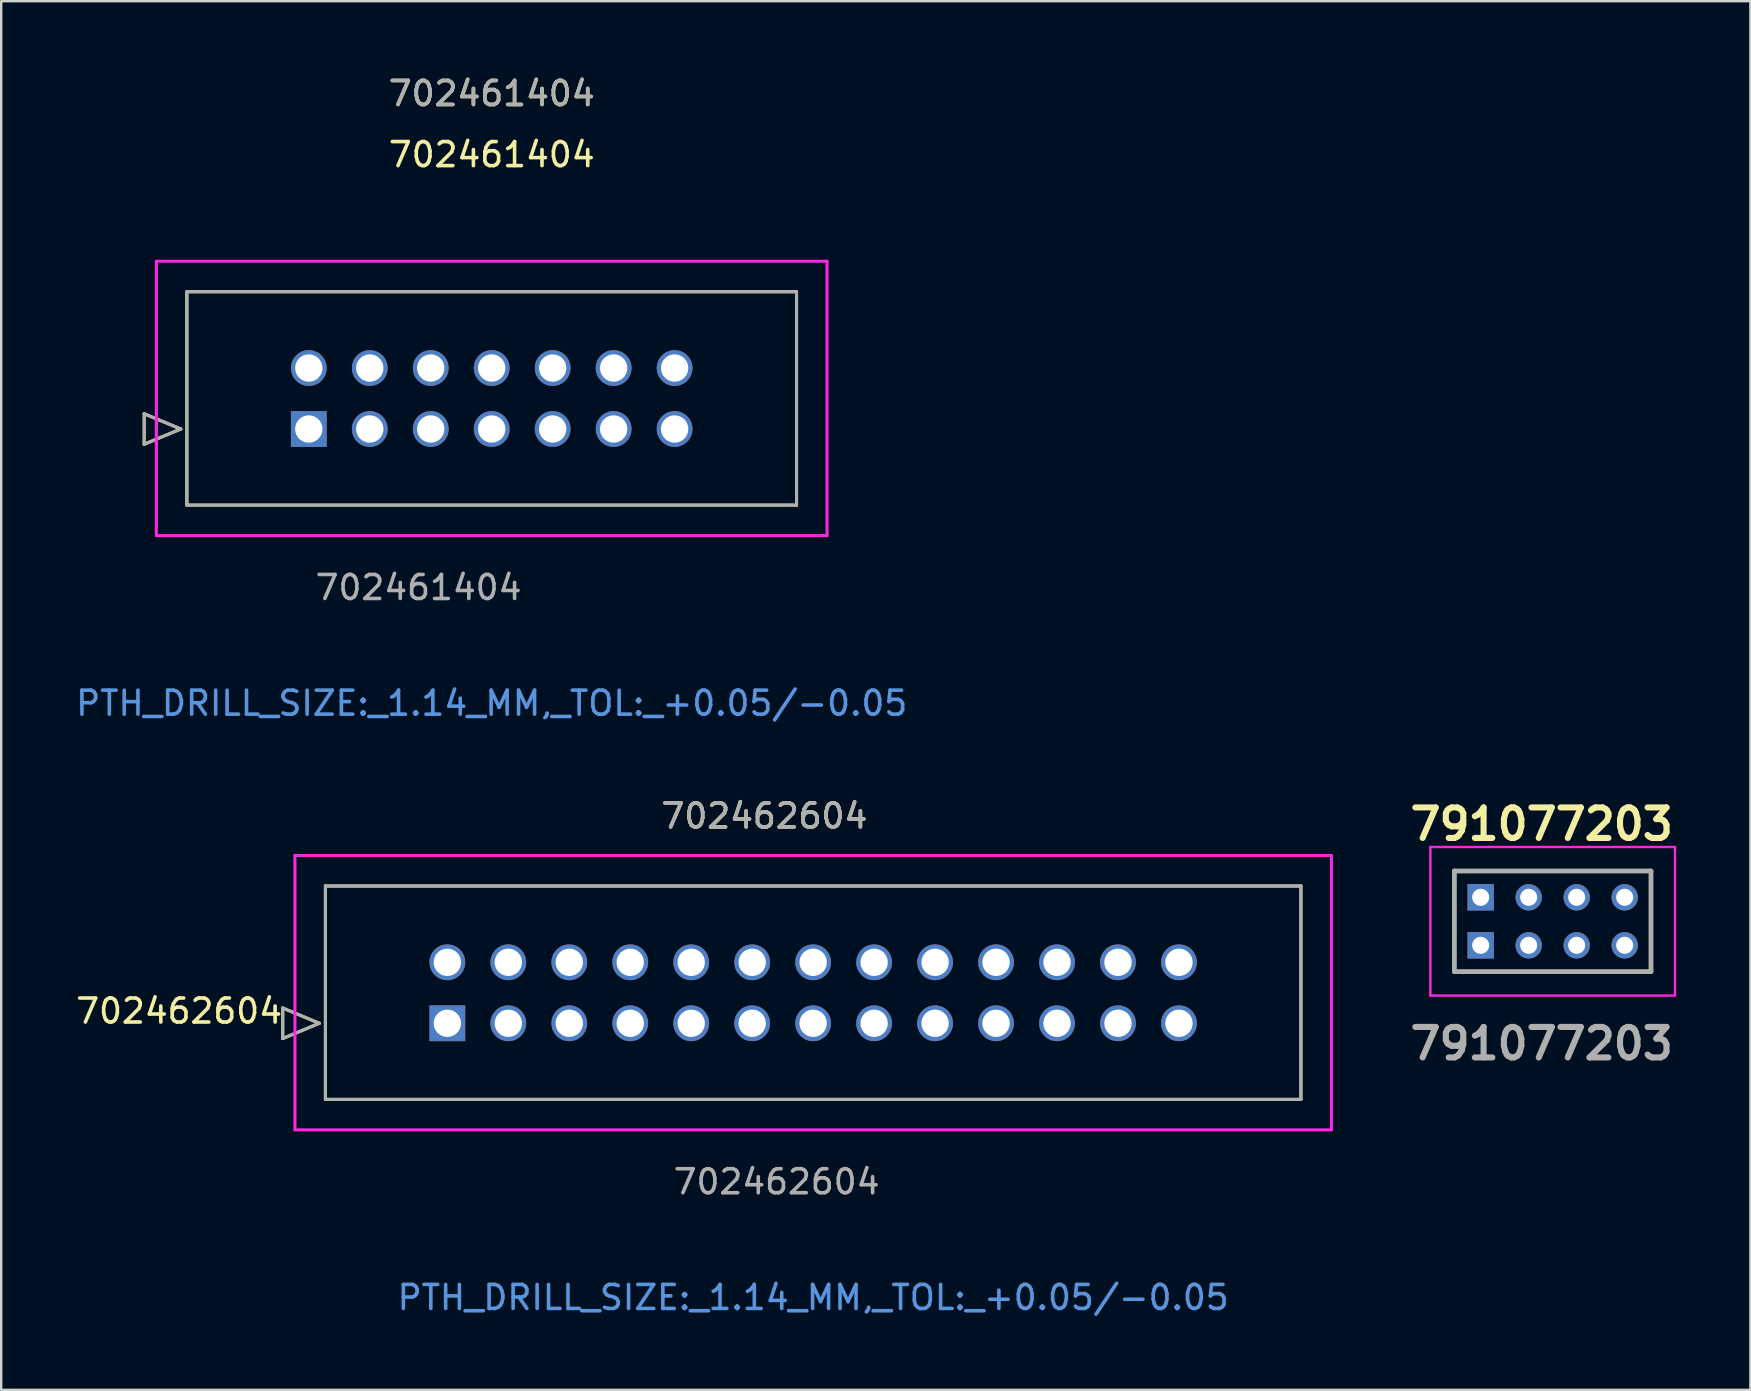
<source format=kicad_pcb>
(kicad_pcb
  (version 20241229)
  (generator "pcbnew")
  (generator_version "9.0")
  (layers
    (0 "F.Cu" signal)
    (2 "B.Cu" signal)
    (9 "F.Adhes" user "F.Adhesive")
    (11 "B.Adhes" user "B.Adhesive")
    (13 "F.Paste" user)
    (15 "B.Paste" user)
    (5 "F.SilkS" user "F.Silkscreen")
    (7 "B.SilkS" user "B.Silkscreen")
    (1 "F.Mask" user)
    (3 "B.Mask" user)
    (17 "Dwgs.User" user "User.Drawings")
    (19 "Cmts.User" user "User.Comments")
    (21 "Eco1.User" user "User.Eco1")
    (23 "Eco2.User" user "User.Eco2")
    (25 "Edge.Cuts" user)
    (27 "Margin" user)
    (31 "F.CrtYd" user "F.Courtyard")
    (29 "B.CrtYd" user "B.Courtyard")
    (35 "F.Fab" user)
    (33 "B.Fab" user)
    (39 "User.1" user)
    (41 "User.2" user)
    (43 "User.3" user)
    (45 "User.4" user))
  (footprint "702462604"
    (layer "F.Cu")
    (at 15.587 39.581)
    (property "Reference" "702462604" (at -11.176 -0.508 0) (unlocked yes) (layer "F.SilkS") (effects (font (size 1 1) (thickness 0.15))))
    (attr through_hole)
    (fp_line (start -6.858 -0.635) (end -6.858 0.635) (stroke (width 0.127) (type solid)) (layer "F.SilkS"))
    (fp_line (start -6.858 0.635) (end -5.334 0) (stroke (width 0.127) (type solid)) (layer "F.SilkS"))
    (fp_line (start -5.334 0) (end -6.858 -0.635) (stroke (width 0.127) (type solid)) (layer "F.SilkS"))
    (fp_line (start -5.08 -5.72) (end -5.08 3.17) (stroke (width 0.127) (type solid)) (layer "F.SilkS"))
    (fp_line (start -5.08 3.17) (end 35.56 3.17) (stroke (width 0.127) (type solid)) (layer "F.SilkS"))
    (fp_line (start 35.56 -5.72) (end -5.08 -5.72) (stroke (width 0.127) (type solid)) (layer "F.SilkS"))
    (fp_line (start 35.56 3.17) (end 35.56 -5.72) (stroke (width 0.127) (type solid)) (layer "F.SilkS"))
    (fp_line (start -6.35 -6.99) (end -6.35 4.44) (stroke (width 0.127) (type solid)) (layer "F.CrtYd"))
    (fp_line (start -6.35 4.44) (end 36.83 4.44) (stroke (width 0.127) (type solid)) (layer "F.CrtYd"))
    (fp_line (start 36.83 -6.99) (end -6.35 -6.99) (stroke (width 0.127) (type solid)) (layer "F.CrtYd"))
    (fp_line (start 36.83 4.44) (end 36.83 -6.99) (stroke (width 0.127) (type solid)) (layer "F.CrtYd"))
    (fp_line (start -6.858 -0.635) (end -6.858 0.635) (stroke (width 0.127) (type solid)) (layer "F.Fab"))
    (fp_line (start -6.858 0.635) (end -5.334 0) (stroke (width 0.127) (type solid)) (layer "F.Fab"))
    (fp_line (start -5.334 0) (end -6.858 -0.635) (stroke (width 0.127) (type solid)) (layer "F.Fab"))
    (fp_line (start -5.08 -5.72) (end -5.08 3.17) (stroke (width 0.127) (type solid)) (layer "F.Fab"))
    (fp_line (start -5.08 3.17) (end 35.56 3.17) (stroke (width 0.127) (type solid)) (layer "F.Fab"))
    (fp_line (start 35.56 -5.72) (end -5.08 -5.72) (stroke (width 0.127) (type solid)) (layer "F.Fab"))
    (fp_line (start 35.56 3.17) (end 35.56 -5.72) (stroke (width 0.127) (type solid)) (layer "F.Fab"))
    (fp_text user "702462604" (at 13.208 -8.636 0) (unlocked yes) (layer "F.SilkS") (effects (font (size 1 1) (thickness 0.15))))
    (fp_text user "PTH_DRILL_SIZE:_1.14_MM,_TOL:_+0.05/-0.05" (at 15.24 11.425 0) (unlocked yes) (layer "Cmts.User") (effects (font (size 1 1) (thickness 0.15))))
    (fp_text user "${REFERENCE}" (at 13.716 6.604 0) (unlocked yes) (layer "F.Fab") (effects (font (size 1 1) (thickness 0.15))))
    (fp_text user "702462604" (at 13.208 -8.636 0) (unlocked yes) (layer "F.Fab") (effects (font (size 1 1) (thickness 0.15))))
    (pad "1" thru_hole rect (at 0 0) (size 1.49 1.49) (drill 1.14) (layers "*.Cu" "*.Mask"))
    (pad "2" thru_hole circle (at 0 -2.54) (size 1.49 1.49) (drill 1.14) (layers "*.Cu" "*.Mask"))
    (pad "3" thru_hole circle (at 2.54 0 90) (size 1.49 1.49) (drill 1.14) (layers "*.Cu" "*.Mask"))
    (pad "4" thru_hole circle (at 2.54 -2.54 90) (size 1.49 1.49) (drill 1.14) (layers "*.Cu" "*.Mask"))
    (pad "5" thru_hole circle (at 5.08 0 90) (size 1.49 1.49) (drill 1.14) (layers "*.Cu" "*.Mask"))
    (pad "6" thru_hole circle (at 5.08 -2.54 90) (size 1.49 1.49) (drill 1.14) (layers "*.Cu" "*.Mask"))
    (pad "7" thru_hole circle (at 7.62 0 90) (size 1.49 1.49) (drill 1.14) (layers "*.Cu" "*.Mask"))
    (pad "8" thru_hole circle (at 7.62 -2.54 90) (size 1.49 1.49) (drill 1.14) (layers "*.Cu" "*.Mask"))
    (pad "9" thru_hole circle (at 10.16 0 90) (size 1.49 1.49) (drill 1.14) (layers "*.Cu" "*.Mask"))
    (pad "10" thru_hole circle (at 10.16 -2.54 90) (size 1.49 1.49) (drill 1.14) (layers "*.Cu" "*.Mask"))
    (pad "11" thru_hole circle (at 12.7 0 90) (size 1.49 1.49) (drill 1.14) (layers "*.Cu" "*.Mask"))
    (pad "12" thru_hole circle (at 12.7 -2.54 90) (size 1.49 1.49) (drill 1.14) (layers "*.Cu" "*.Mask"))
    (pad "13" thru_hole circle (at 15.24 0 90) (size 1.49 1.49) (drill 1.14) (layers "*.Cu" "*.Mask"))
    (pad "14" thru_hole circle (at 15.24 -2.54 90) (size 1.49 1.49) (drill 1.14) (layers "*.Cu" "*.Mask"))
    (pad "15" thru_hole circle (at 17.78 0 90) (size 1.49 1.49) (drill 1.14) (layers "*.Cu" "*.Mask"))
    (pad "16" thru_hole circle (at 17.78 -2.54 90) (size 1.49 1.49) (drill 1.14) (layers "*.Cu" "*.Mask"))
    (pad "17" thru_hole circle (at 20.32 0 90) (size 1.49 1.49) (drill 1.14) (layers "*.Cu" "*.Mask"))
    (pad "18" thru_hole circle (at 20.32 -2.54 90) (size 1.49 1.49) (drill 1.14) (layers "*.Cu" "*.Mask"))
    (pad "19" thru_hole circle (at 22.86 0 90) (size 1.49 1.49) (drill 1.14) (layers "*.Cu" "*.Mask"))
    (pad "20" thru_hole circle (at 22.86 -2.54 90) (size 1.49 1.49) (drill 1.14) (layers "*.Cu" "*.Mask"))
    (pad "21" thru_hole circle (at 25.4 0 90) (size 1.49 1.49) (drill 1.14) (layers "*.Cu" "*.Mask"))
    (pad "22" thru_hole circle (at 25.4 -2.54 90) (size 1.49 1.49) (drill 1.14) (layers "*.Cu" "*.Mask"))
    (pad "23" thru_hole circle (at 27.94 0 90) (size 1.49 1.49) (drill 1.14) (layers "*.Cu" "*.Mask"))
    (pad "24" thru_hole circle (at 27.94 -2.54 90) (size 1.49 1.49) (drill 1.14) (layers "*.Cu" "*.Mask"))
    (pad "25" thru_hole circle (at 30.48 0 90) (size 1.49 1.49) (drill 1.14) (layers "*.Cu" "*.Mask"))
    (pad "26" thru_hole circle (at 30.48 -2.54 90) (size 1.49 1.49) (drill 1.14) (layers "*.Cu" "*.Mask")))
  (footprint "791077203"
    (layer "F.Cu")
    (at 58.637 34.333)
    (property "Reference" "791077203" (at 2.54 -3.048 0) (layer "F.SilkS") (effects (font (size 1.27 1.27) (thickness 0.254))))
    (attr through_hole)
    (fp_line (start -1.095 -1.095) (end 7.095 -1.095) (stroke (width 0.1) (type solid)) (layer "F.SilkS"))
    (fp_line (start -1.095 3.095) (end -1.095 -1.095) (stroke (width 0.1) (type solid)) (layer "F.SilkS"))
    (fp_line (start 7.095 -1.095) (end 7.095 3.095) (stroke (width 0.1) (type solid)) (layer "F.SilkS"))
    (fp_line (start 7.095 3.095) (end -1.095 3.095) (stroke (width 0.1) (type solid)) (layer "F.SilkS"))
    (fp_line (start -2.095 -2.095) (end 8.095 -2.095) (stroke (width 0.1) (type solid)) (layer "F.CrtYd"))
    (fp_line (start -2.095 4.095) (end -2.095 -2.095) (stroke (width 0.1) (type solid)) (layer "F.CrtYd"))
    (fp_line (start 8.095 -2.095) (end 8.095 4.095) (stroke (width 0.1) (type solid)) (layer "F.CrtYd"))
    (fp_line (start 8.095 4.095) (end -2.095 4.095) (stroke (width 0.1) (type solid)) (layer "F.CrtYd"))
    (fp_line (start -1.095 -1.095) (end 7.095 -1.095) (stroke (width 0.2) (type solid)) (layer "F.Fab"))
    (fp_line (start -1.095 3.095) (end -1.095 -1.095) (stroke (width 0.2) (type solid)) (layer "F.Fab"))
    (fp_line (start 7.095 -1.095) (end 7.095 3.095) (stroke (width 0.2) (type solid)) (layer "F.Fab"))
    (fp_line (start 7.095 3.095) (end -1.095 3.095) (stroke (width 0.2) (type solid)) (layer "F.Fab"))
    (fp_text user "${REFERENCE}" (at 2.54 6.096 0) (layer "F.Fab") (effects (font (size 1.27 1.27) (thickness 0.254))))
    (pad "A1" thru_hole rect (at 0 0) (size 1.1 1.1) (drill 0.71) (layers "*.Cu" "*.Mask"))
    (pad "A2" thru_hole circle (at 2 0) (size 1.1 1.1) (drill 0.71) (layers "*.Cu" "*.Mask"))
    (pad "A3" thru_hole circle (at 4 0) (size 1.1 1.1) (drill 0.71) (layers "*.Cu" "*.Mask"))
    (pad "A4" thru_hole circle (at 6 0) (size 1.1 1.1) (drill 0.71) (layers "*.Cu" "*.Mask"))
    (pad "B1" thru_hole rect (at 0 2) (size 1.1 1.1) (drill 0.71) (layers "*.Cu" "*.Mask"))
    (pad "B2" thru_hole circle (at 2 2) (size 1.1 1.1) (drill 0.71) (layers "*.Cu" "*.Mask"))
    (pad "B3" thru_hole circle (at 4 2) (size 1.1 1.1) (drill 0.71) (layers "*.Cu" "*.Mask"))
    (pad "B4" thru_hole circle (at 6 2) (size 1.1 1.1) (drill 0.71) (layers "*.Cu" "*.Mask")))
  (footprint "702461404"
    (layer "F.Cu")
    (at 9.815 14.823)
    (property "Reference" "702461404" (at 7.62 -11.43 0) (unlocked yes) (layer "F.SilkS") (effects (font (size 1 1) (thickness 0.15))))
    (attr through_hole)
    (fp_line (start -6.858 -0.635) (end -6.858 0.635) (stroke (width 0.127) (type solid)) (layer "F.SilkS"))
    (fp_line (start -6.858 0.635) (end -5.334 0) (stroke (width 0.127) (type solid)) (layer "F.SilkS"))
    (fp_line (start -5.334 0) (end -6.858 -0.635) (stroke (width 0.127) (type solid)) (layer "F.SilkS"))
    (fp_line (start -5.08 -5.72) (end -5.08 3.17) (stroke (width 0.127) (type solid)) (layer "F.SilkS"))
    (fp_line (start -5.08 3.17) (end 20.32 3.17) (stroke (width 0.127) (type solid)) (layer "F.SilkS"))
    (fp_line (start 20.32 -5.72) (end -5.08 -5.72) (stroke (width 0.127) (type solid)) (layer "F.SilkS"))
    (fp_line (start 20.32 3.17) (end 20.32 -5.72) (stroke (width 0.127) (type solid)) (layer "F.SilkS"))
    (fp_line (start -6.35 -6.99) (end -6.35 4.44) (stroke (width 0.127) (type solid)) (layer "F.CrtYd"))
    (fp_line (start -6.35 4.44) (end 21.59 4.44) (stroke (width 0.127) (type solid)) (layer "F.CrtYd"))
    (fp_line (start 21.59 -6.99) (end -6.35 -6.99) (stroke (width 0.127) (type solid)) (layer "F.CrtYd"))
    (fp_line (start 21.59 4.44) (end 21.59 -6.99) (stroke (width 0.127) (type solid)) (layer "F.CrtYd"))
    (fp_line (start -6.858 -0.635) (end -6.858 0.635) (stroke (width 0.127) (type solid)) (layer "F.Fab"))
    (fp_line (start -6.858 0.635) (end -5.334 0) (stroke (width 0.127) (type solid)) (layer "F.Fab"))
    (fp_line (start -5.334 0) (end -6.858 -0.635) (stroke (width 0.127) (type solid)) (layer "F.Fab"))
    (fp_line (start -5.08 -5.72) (end -5.08 3.17) (stroke (width 0.127) (type solid)) (layer "F.Fab"))
    (fp_line (start -5.08 3.17) (end 20.32 3.17) (stroke (width 0.127) (type solid)) (layer "F.Fab"))
    (fp_line (start 20.32 -5.72) (end -5.08 -5.72) (stroke (width 0.127) (type solid)) (layer "F.Fab"))
    (fp_line (start 20.32 3.17) (end 20.32 -5.72) (stroke (width 0.127) (type solid)) (layer "F.Fab"))
    (fp_text user "702461404" (at 7.62 -13.975 0) (unlocked yes) (layer "F.SilkS") (effects (font (size 1 1) (thickness 0.15))))
    (fp_text user "PTH_DRILL_SIZE:_1.14_MM,_TOL:_+0.05/-0.05" (at 7.62 11.425 0) (unlocked yes) (layer "Cmts.User") (effects (font (size 1 1) (thickness 0.15))))
    (fp_text user "${REFERENCE}" (at 4.572 6.604 0) (unlocked yes) (layer "F.Fab") (effects (font (size 1 1) (thickness 0.15))))
    (fp_text user "702461404" (at 7.62 -13.975 0) (unlocked yes) (layer "F.Fab") (effects (font (size 1 1) (thickness 0.15))))
    (pad "1" thru_hole rect (at 0 0) (size 1.49 1.49) (drill 1.14) (layers "*.Cu" "*.Mask"))
    (pad "2" thru_hole circle (at 0 -2.54) (size 1.49 1.49) (drill 1.14) (layers "*.Cu" "*.Mask"))
    (pad "3" thru_hole circle (at 2.54 0 90) (size 1.49 1.49) (drill 1.14) (layers "*.Cu" "*.Mask"))
    (pad "4" thru_hole circle (at 2.54 -2.54 90) (size 1.49 1.49) (drill 1.14) (layers "*.Cu" "*.Mask"))
    (pad "5" thru_hole circle (at 5.08 0 90) (size 1.49 1.49) (drill 1.14) (layers "*.Cu" "*.Mask"))
    (pad "6" thru_hole circle (at 5.08 -2.54 90) (size 1.49 1.49) (drill 1.14) (layers "*.Cu" "*.Mask"))
    (pad "7" thru_hole circle (at 7.62 0 90) (size 1.49 1.49) (drill 1.14) (layers "*.Cu" "*.Mask"))
    (pad "8" thru_hole circle (at 7.62 -2.54 90) (size 1.49 1.49) (drill 1.14) (layers "*.Cu" "*.Mask"))
    (pad "9" thru_hole circle (at 10.16 0 90) (size 1.49 1.49) (drill 1.14) (layers "*.Cu" "*.Mask"))
    (pad "10" thru_hole circle (at 10.16 -2.54 90) (size 1.49 1.49) (drill 1.14) (layers "*.Cu" "*.Mask"))
    (pad "11" thru_hole circle (at 12.7 0 90) (size 1.49 1.49) (drill 1.14) (layers "*.Cu" "*.Mask"))
    (pad "12" thru_hole circle (at 12.7 -2.54 90) (size 1.49 1.49) (drill 1.14) (layers "*.Cu" "*.Mask"))
    (pad "13" thru_hole circle (at 15.24 0 90) (size 1.49 1.49) (drill 1.14) (layers "*.Cu" "*.Mask"))
    (pad "14" thru_hole circle (at 15.24 -2.54 90) (size 1.49 1.49) (drill 1.14) (layers "*.Cu" "*.Mask")))
  (gr_rect
    (start -3 -3)
    (end 69.874 54.854)
    (stroke (width 0.1) (type default))
    (fill no)
    (layer "Edge.Cuts")))
</source>
